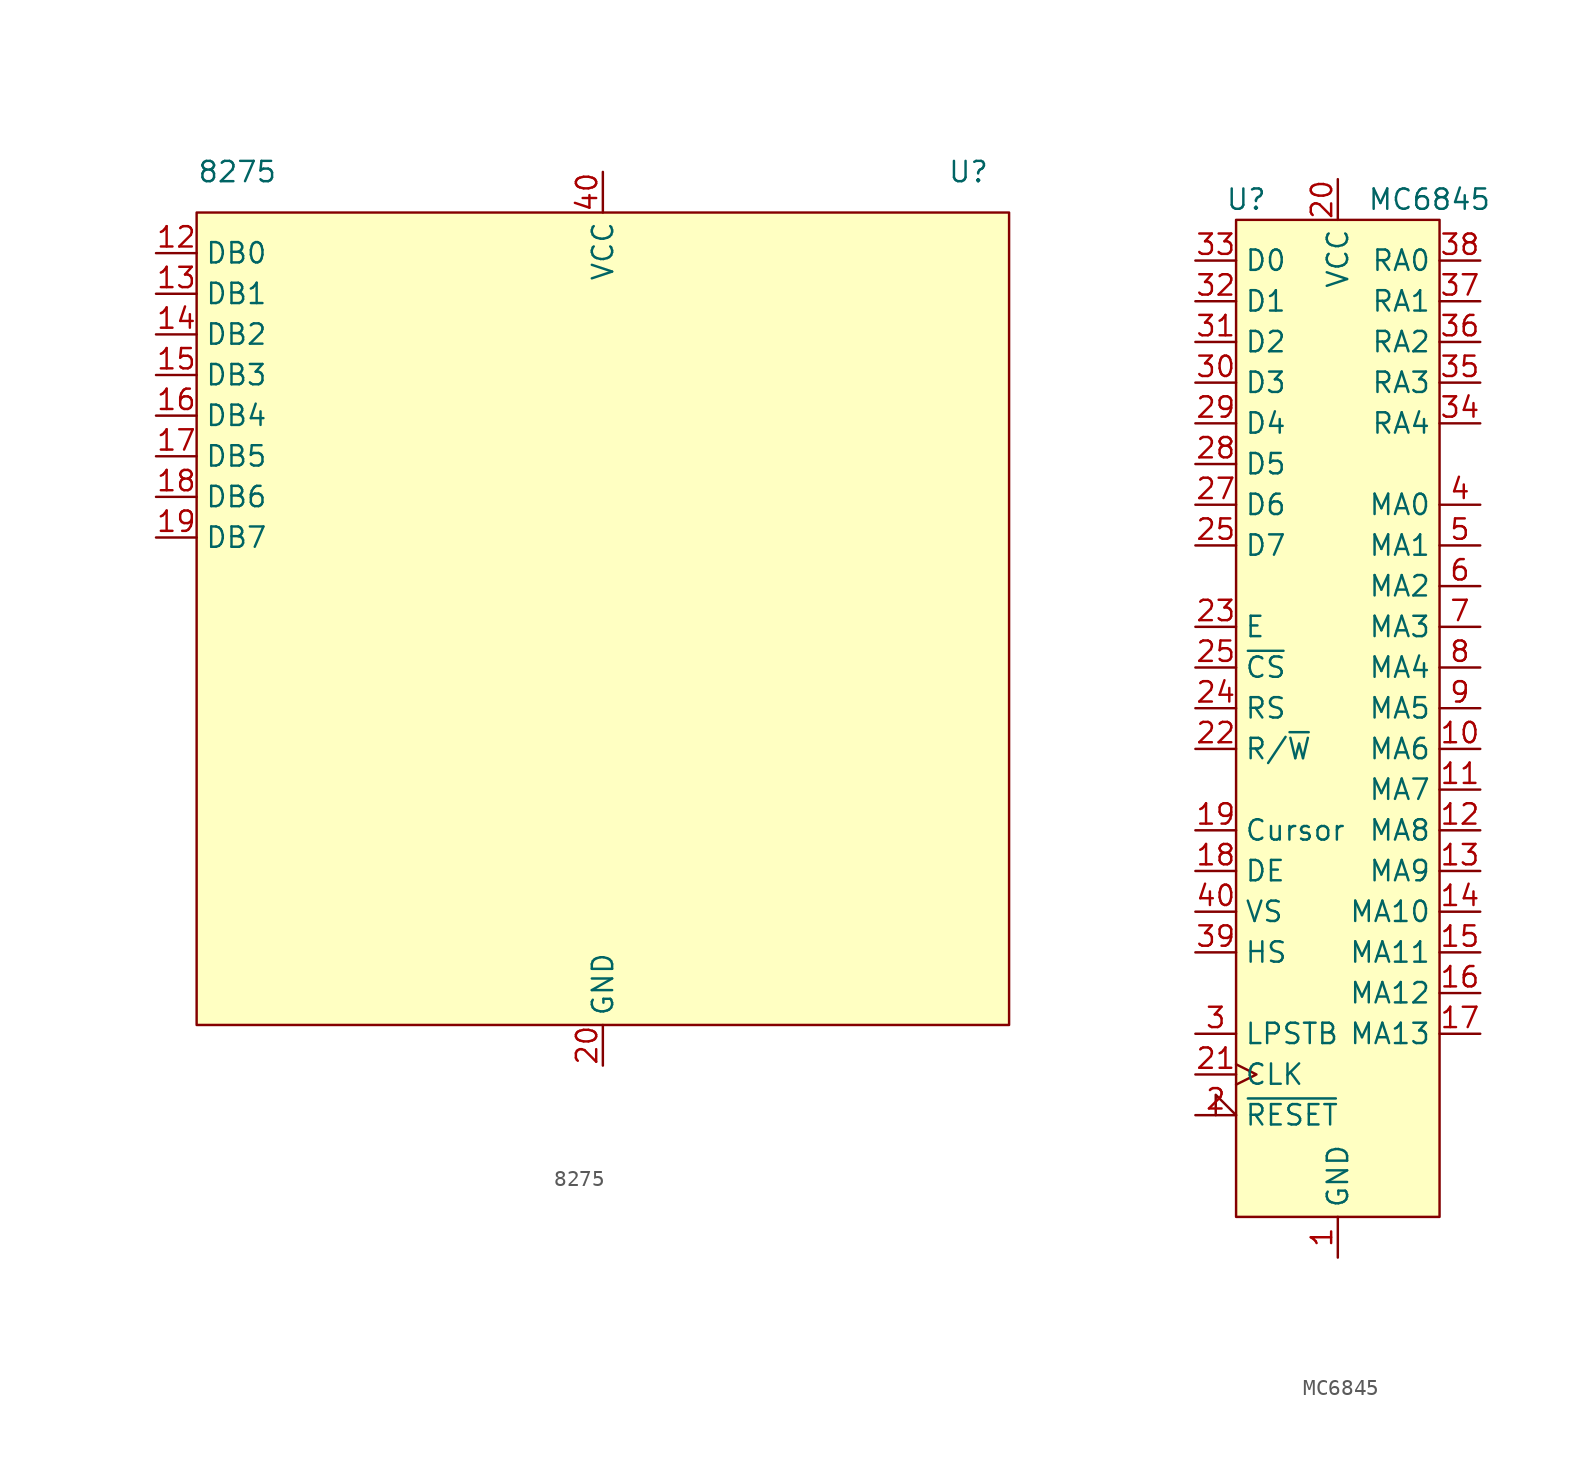
<source format=kicad_sym>
(kicad_symbol_lib
  (version 20211014)
  (generator kicad_symbol_editor)
  (symbol "8275"
    (property "Reference" "U"
      (at 22.86 27.94 0)
      (effects (font (size 1.27 1.27))))
    (property "Value" "8275"
      (at -22.86 27.94 0)
      (effects (font (size 1.27 1.27))))
    (symbol "8275_0_1"
      (rectangle (start -25.4 25.4) (end 25.4 -25.4) (stroke (width 0) (type default) (color 0 0 0 0)) (fill (type background))))
    (symbol "8275_1_1"
      (pin bidirectional line (at -27.94 22.86 0) (length 2.54) (name "DB0" (effects (font (size 1.27 1.27)))) (number "12" (effects (font (size 1.27 1.27)))))
      (pin bidirectional line (at -27.94 20.32 0) (length 2.54) (name "DB1" (effects (font (size 1.27 1.27)))) (number "13" (effects (font (size 1.27 1.27)))))
      (pin bidirectional line (at -27.94 17.78 0) (length 2.54) (name "DB2" (effects (font (size 1.27 1.27)))) (number "14" (effects (font (size 1.27 1.27)))))
      (pin bidirectional line (at -27.94 15.24 0) (length 2.54) (name "DB3" (effects (font (size 1.27 1.27)))) (number "15" (effects (font (size 1.27 1.27)))))
      (pin bidirectional line (at -27.94 12.7 0) (length 2.54) (name "DB4" (effects (font (size 1.27 1.27)))) (number "16" (effects (font (size 1.27 1.27)))))
      (pin bidirectional line (at -27.94 10.16 0) (length 2.54) (name "DB5" (effects (font (size 1.27 1.27)))) (number "17" (effects (font (size 1.27 1.27)))))
      (pin bidirectional line (at -27.94 7.62 0) (length 2.54) (name "DB6" (effects (font (size 1.27 1.27)))) (number "18" (effects (font (size 1.27 1.27)))))
      (pin bidirectional line (at -27.94 5.08 0) (length 2.54) (name "DB7" (effects (font (size 1.27 1.27)))) (number "19" (effects (font (size 1.27 1.27)))))
      (pin power_in line (at 0 -27.94 90) (length 2.54) (name "GND" (effects (font (size 1.27 1.27)))) (number "20" (effects (font (size 1.27 1.27)))))
      (pin power_in line (at 0 27.94 270) (length 2.54) (name "VCC" (effects (font (size 1.27 1.27)))) (number "40" (effects (font (size 1.27 1.27)))))))
  (symbol "MC6845"
    (property "Reference" "U"
      (at -5.715 31.75 0)
      (effects (font (size 1.27 1.27))))
    (property "Value" "MC6845"
      (at 5.715 31.75 0)
      (effects (font (size 1.27 1.27))))
    (symbol "MC6845_0_1"
      (rectangle (start -6.35 30.48) (end 6.35 -31.75) (stroke (width 0) (type default) (color 0 0 0 0)) (fill (type background))))
    (symbol "MC6845_1_1"
      (pin power_in line (at 0 -34.29 90) (length 2.54) (name "GND" (effects (font (size 1.27 1.27)))) (number "1" (effects (font (size 1.27 1.27)))))
      (pin output line (at 8.89 -2.54 180) (length 2.54) (name "MA6" (effects (font (size 1.27 1.27)))) (number "10" (effects (font (size 1.27 1.27)))))
      (pin output line (at 8.89 -5.08 180) (length 2.54) (name "MA7" (effects (font (size 1.27 1.27)))) (number "11" (effects (font (size 1.27 1.27)))))
      (pin output line (at 8.89 -7.62 180) (length 2.54) (name "MA8" (effects (font (size 1.27 1.27)))) (number "12" (effects (font (size 1.27 1.27)))))
      (pin output line (at 8.89 -10.16 180) (length 2.54) (name "MA9" (effects (font (size 1.27 1.27)))) (number "13" (effects (font (size 1.27 1.27)))))
      (pin output line (at 8.89 -12.7 180) (length 2.54) (name "MA10" (effects (font (size 1.27 1.27)))) (number "14" (effects (font (size 1.27 1.27)))))
      (pin output line (at 8.89 -15.24 180) (length 2.54) (name "MA11" (effects (font (size 1.27 1.27)))) (number "15" (effects (font (size 1.27 1.27)))))
      (pin output line (at 8.89 -17.78 180) (length 2.54) (name "MA12" (effects (font (size 1.27 1.27)))) (number "16" (effects (font (size 1.27 1.27)))))
      (pin output line (at 8.89 -20.32 180) (length 2.54) (name "MA13" (effects (font (size 1.27 1.27)))) (number "17" (effects (font (size 1.27 1.27)))))
      (pin output line (at -8.89 -10.16 0) (length 2.54) (name "DE" (effects (font (size 1.27 1.27)))) (number "18" (effects (font (size 1.27 1.27)))))
      (pin output line (at -8.89 -7.62 0) (length 2.54) (name "Cursor" (effects (font (size 1.27 1.27)))) (number "19" (effects (font (size 1.27 1.27)))))
      (pin input input_low (at -8.89 -25.4 0) (length 2.54) (name "~{RESET}" (effects (font (size 1.27 1.27)))) (number "2" (effects (font (size 1.27 1.27)))))
      (pin power_in line (at 0 33.02 270) (length 2.54) (name "VCC" (effects (font (size 1.27 1.27)))) (number "20" (effects (font (size 1.27 1.27)))))
      (pin input clock (at -8.89 -22.86 0) (length 2.54) (name "CLK" (effects (font (size 1.27 1.27)))) (number "21" (effects (font (size 1.27 1.27)))))
      (pin input line (at -8.89 -2.54 0) (length 2.54) (name "R/~{W}" (effects (font (size 1.27 1.27)))) (number "22" (effects (font (size 1.27 1.27)))))
      (pin input line (at -8.89 5.08 0) (length 2.54) (name "E" (effects (font (size 1.27 1.27)))) (number "23" (effects (font (size 1.27 1.27)))))
      (pin input line (at -8.89 0 0) (length 2.54) (name "RS" (effects (font (size 1.27 1.27)))) (number "24" (effects (font (size 1.27 1.27)))))
      (pin bidirectional line (at -8.89 10.16 0) (length 2.54) (name "D7" (effects (font (size 1.27 1.27)))) (number "25" (effects (font (size 1.27 1.27)))))
      (pin input line (at -8.89 2.54 0) (length 2.54) (name "~{CS}" (effects (font (size 1.27 1.27)))) (number "25" (effects (font (size 1.27 1.27)))))
      (pin bidirectional line (at -8.89 12.7 0) (length 2.54) (name "D6" (effects (font (size 1.27 1.27)))) (number "27" (effects (font (size 1.27 1.27)))))
      (pin bidirectional line (at -8.89 15.24 0) (length 2.54) (name "D5" (effects (font (size 1.27 1.27)))) (number "28" (effects (font (size 1.27 1.27)))))
      (pin bidirectional line (at -8.89 17.78 0) (length 2.54) (name "D4" (effects (font (size 1.27 1.27)))) (number "29" (effects (font (size 1.27 1.27)))))
      (pin input line (at -8.89 -20.32 0) (length 2.54) (name "LPSTB" (effects (font (size 1.27 1.27)))) (number "3" (effects (font (size 1.27 1.27)))))
      (pin bidirectional line (at -8.89 20.32 0) (length 2.54) (name "D3" (effects (font (size 1.27 1.27)))) (number "30" (effects (font (size 1.27 1.27)))))
      (pin bidirectional line (at -8.89 22.86 0) (length 2.54) (name "D2" (effects (font (size 1.27 1.27)))) (number "31" (effects (font (size 1.27 1.27)))))
      (pin bidirectional line (at -8.89 25.4 0) (length 2.54) (name "D1" (effects (font (size 1.27 1.27)))) (number "32" (effects (font (size 1.27 1.27)))))
      (pin bidirectional line (at -8.89 27.94 0) (length 2.54) (name "D0" (effects (font (size 1.27 1.27)))) (number "33" (effects (font (size 1.27 1.27)))))
      (pin output line (at 8.89 17.78 180) (length 2.54) (name "RA4" (effects (font (size 1.27 1.27)))) (number "34" (effects (font (size 1.27 1.27)))))
      (pin output line (at 8.89 20.32 180) (length 2.54) (name "RA3" (effects (font (size 1.27 1.27)))) (number "35" (effects (font (size 1.27 1.27)))))
      (pin output line (at 8.89 22.86 180) (length 2.54) (name "RA2" (effects (font (size 1.27 1.27)))) (number "36" (effects (font (size 1.27 1.27)))))
      (pin output line (at 8.89 25.4 180) (length 2.54) (name "RA1" (effects (font (size 1.27 1.27)))) (number "37" (effects (font (size 1.27 1.27)))))
      (pin output line (at 8.89 27.94 180) (length 2.54) (name "RA0" (effects (font (size 1.27 1.27)))) (number "38" (effects (font (size 1.27 1.27)))))
      (pin output line (at -8.89 -15.24 0) (length 2.54) (name "HS" (effects (font (size 1.27 1.27)))) (number "39" (effects (font (size 1.27 1.27)))))
      (pin output line (at 8.89 12.7 180) (length 2.54) (name "MA0" (effects (font (size 1.27 1.27)))) (number "4" (effects (font (size 1.27 1.27)))))
      (pin output line (at -8.89 -12.7 0) (length 2.54) (name "VS" (effects (font (size 1.27 1.27)))) (number "40" (effects (font (size 1.27 1.27)))))
      (pin output line (at 8.89 10.16 180) (length 2.54) (name "MA1" (effects (font (size 1.27 1.27)))) (number "5" (effects (font (size 1.27 1.27)))))
      (pin output line (at 8.89 7.62 180) (length 2.54) (name "MA2" (effects (font (size 1.27 1.27)))) (number "6" (effects (font (size 1.27 1.27)))))
      (pin output line (at 8.89 5.08 180) (length 2.54) (name "MA3" (effects (font (size 1.27 1.27)))) (number "7" (effects (font (size 1.27 1.27)))))
      (pin output line (at 8.89 2.54 180) (length 2.54) (name "MA4" (effects (font (size 1.27 1.27)))) (number "8" (effects (font (size 1.27 1.27)))))
      (pin output line (at 8.89 0 180) (length 2.54) (name "MA5" (effects (font (size 1.27 1.27)))) (number "9" (effects (font (size 1.27 1.27))))))))
</source>
